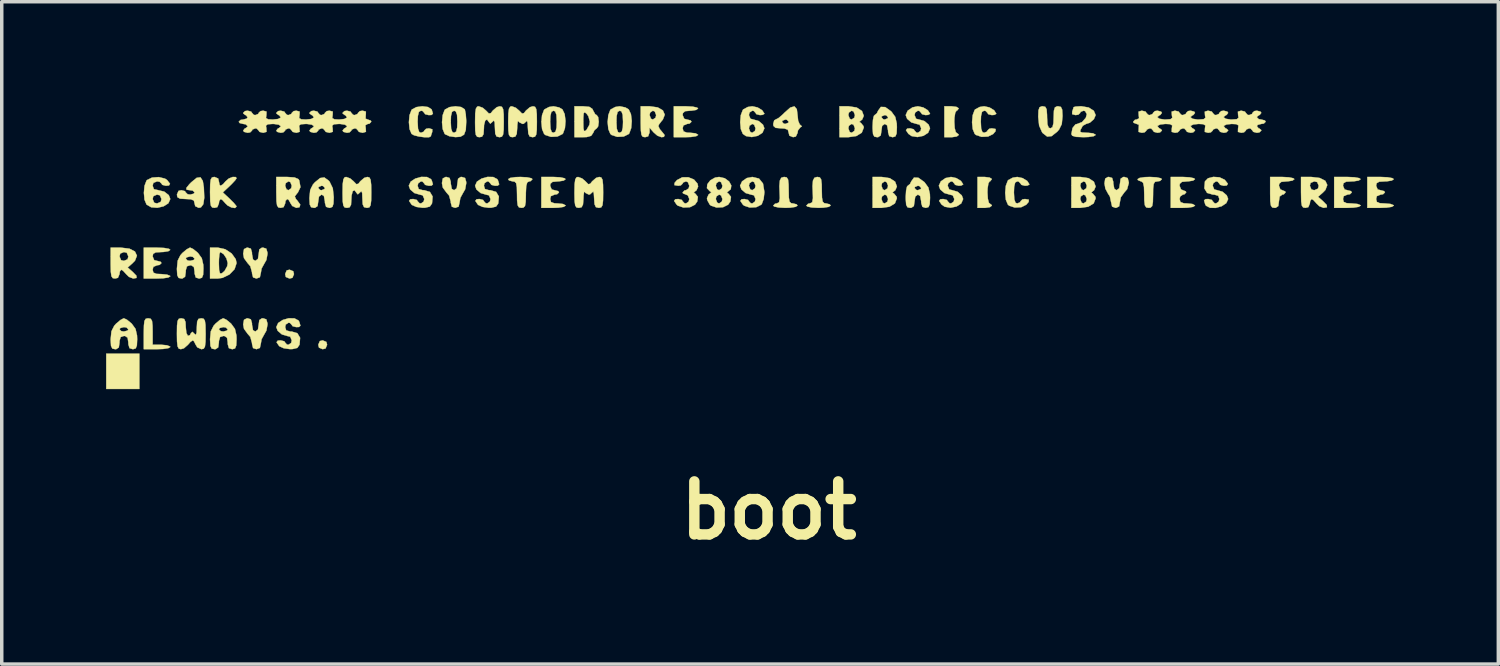
<source format=kicad_pcb>
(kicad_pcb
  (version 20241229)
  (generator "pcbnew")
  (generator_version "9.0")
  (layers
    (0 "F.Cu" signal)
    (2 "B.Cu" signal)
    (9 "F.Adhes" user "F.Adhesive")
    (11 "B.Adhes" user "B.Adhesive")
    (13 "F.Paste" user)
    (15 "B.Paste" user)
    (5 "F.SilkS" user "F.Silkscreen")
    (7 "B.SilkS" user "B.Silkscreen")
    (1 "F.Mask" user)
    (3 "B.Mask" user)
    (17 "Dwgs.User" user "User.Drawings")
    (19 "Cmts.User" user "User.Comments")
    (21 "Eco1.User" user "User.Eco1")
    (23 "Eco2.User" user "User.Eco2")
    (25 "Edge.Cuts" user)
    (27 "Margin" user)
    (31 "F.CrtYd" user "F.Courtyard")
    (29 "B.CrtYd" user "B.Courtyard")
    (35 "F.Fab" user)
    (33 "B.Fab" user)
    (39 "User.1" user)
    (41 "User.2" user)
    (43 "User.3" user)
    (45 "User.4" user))
  (footprint "boot"
    (layer "F.Cu")
    (at 19.055 11.626)
    (property "Reference" "boot" (at 0 0 0) (layer "F.SilkS") (effects (font (size 1.524 1.524) (thickness 0.3))))
    (attr through_hole)
    (fp_poly (pts (xy -18.098 -3.493) (xy -19.05 -3.493) (xy -19.05 -4.508) (xy -18.098 -4.508) (xy -18.098 -3.493)) (stroke (width 0.01) (type solid)) (fill yes) (layer "F.SilkS"))
    (fp_poly (pts (xy -13.673 -6.877) (xy -13.652 -6.795) (xy -13.697 -6.688) (xy -13.78 -6.668) (xy -13.886 -6.712) (xy -13.906 -6.795) (xy -13.862 -6.901) (xy -13.78 -6.921) (xy -13.673 -6.877)) (stroke (width 0.01) (type solid)) (fill yes) (layer "F.SilkS"))
    (fp_poly (pts (xy -12.721 -4.845) (xy -12.7 -4.763) (xy -12.745 -4.656) (xy -12.827 -4.636) (xy -12.933 -4.68) (xy -12.954 -4.763) (xy -12.909 -4.869) (xy -12.827 -4.889) (xy -12.721 -4.845)) (stroke (width 0.01) (type solid)) (fill yes) (layer "F.SilkS"))
    (fp_poly (pts (xy -17.773 -5.511) (xy -17.734 -5.45) (xy -17.719 -5.312) (xy -17.716 -5.144) (xy -17.716 -4.763) (xy -17.462 -4.763) (xy -17.303 -4.748) (xy -17.215 -4.713) (xy -17.209 -4.699) (xy -17.266 -4.665) (xy -17.417 -4.642) (xy -17.59 -4.636) (xy -17.971 -4.636) (xy -17.971 -5.08) (xy -17.967 -5.314) (xy -17.952 -5.447) (xy -17.916 -5.509) (xy -17.854 -5.524) (xy -17.843 -5.524) (xy -17.773 -5.511)) (stroke (width 0.01) (type solid)) (fill yes) (layer "F.SilkS"))
    (fp_poly (pts (xy 5.395 -11.603) (xy 5.46 -11.562) (xy 5.461 -11.557) (xy 5.413 -11.495) (xy 5.397 -11.493) (xy 5.361 -11.436) (xy 5.338 -11.29) (xy 5.334 -11.176) (xy 5.345 -10.995) (xy 5.375 -10.88) (xy 5.397 -10.858) (xy 5.459 -10.81) (xy 5.461 -10.795) (xy 5.405 -10.752) (xy 5.27 -10.732) (xy 5.255 -10.732) (xy 5.048 -10.732) (xy 5.048 -11.62) (xy 5.255 -11.62) (xy 5.395 -11.603)) (stroke (width 0.01) (type solid)) (fill yes) (layer "F.SilkS"))
    (fp_poly (pts (xy 6.348 -9.571) (xy 6.413 -9.53) (xy 6.413 -9.525) (xy 6.365 -9.463) (xy 6.35 -9.461) (xy 6.314 -9.404) (xy 6.291 -9.258) (xy 6.287 -9.144) (xy 6.298 -8.963) (xy 6.327 -8.848) (xy 6.35 -8.826) (xy 6.412 -8.778) (xy 6.413 -8.763) (xy 6.358 -8.72) (xy 6.223 -8.7) (xy 6.207 -8.7) (xy 6.001 -8.7) (xy 6.001 -9.588) (xy 6.207 -9.588) (xy 6.348 -9.571)) (stroke (width 0.01) (type solid)) (fill yes) (layer "F.SilkS"))
    (fp_poly (pts (xy -6.952 -9.578) (xy -6.826 -9.551) (xy -6.795 -9.525) (xy -6.846 -9.469) (xy -6.89 -9.461) (xy -6.945 -9.432) (xy -6.975 -9.329) (xy -6.985 -9.126) (xy -6.985 -9.081) (xy -6.99 -8.868) (xy -7.01 -8.753) (xy -7.056 -8.707) (xy -7.112 -8.7) (xy -7.183 -8.713) (xy -7.221 -8.774) (xy -7.237 -8.912) (xy -7.239 -9.081) (xy -7.244 -9.293) (xy -7.264 -9.408) (xy -7.31 -9.454) (xy -7.366 -9.461) (xy -7.469 -9.488) (xy -7.493 -9.525) (xy -7.436 -9.56) (xy -7.287 -9.583) (xy -7.144 -9.588) (xy -6.952 -9.578)) (stroke (width 0.01) (type solid)) (fill yes) (layer "F.SilkS"))
    (fp_poly (pts (xy 0.515 -9.575) (xy 0.554 -9.514) (xy 0.569 -9.376) (xy 0.572 -9.207) (xy 0.576 -8.995) (xy 0.596 -8.88) (xy 0.642 -8.834) (xy 0.699 -8.826) (xy 0.802 -8.8) (xy 0.826 -8.763) (xy 0.768 -8.728) (xy 0.62 -8.705) (xy 0.476 -8.7) (xy 0.285 -8.71) (xy 0.158 -8.737) (xy 0.127 -8.763) (xy 0.179 -8.818) (xy 0.228 -8.826) (xy 0.295 -8.859) (xy 0.317 -8.976) (xy 0.314 -9.065) (xy 0.304 -9.326) (xy 0.318 -9.485) (xy 0.359 -9.565) (xy 0.436 -9.588) (xy 0.445 -9.588) (xy 0.515 -9.575)) (stroke (width 0.01) (type solid)) (fill yes) (layer "F.SilkS"))
    (fp_poly (pts (xy 1.468 -9.575) (xy 1.506 -9.514) (xy 1.522 -9.376) (xy 1.524 -9.207) (xy 1.529 -8.995) (xy 1.549 -8.88) (xy 1.595 -8.834) (xy 1.651 -8.826) (xy 1.754 -8.8) (xy 1.778 -8.763) (xy 1.721 -8.728) (xy 1.572 -8.705) (xy 1.429 -8.7) (xy 1.237 -8.71) (xy 1.111 -8.737) (xy 1.079 -8.763) (xy 1.131 -8.818) (xy 1.18 -8.826) (xy 1.248 -8.859) (xy 1.269 -8.976) (xy 1.267 -9.065) (xy 1.257 -9.326) (xy 1.27 -9.485) (xy 1.312 -9.565) (xy 1.388 -9.588) (xy 1.397 -9.588) (xy 1.468 -9.575)) (stroke (width 0.01) (type solid)) (fill yes) (layer "F.SilkS"))
    (fp_poly (pts (xy 11.145 -9.578) (xy 11.272 -9.551) (xy 11.303 -9.525) (xy 11.25 -9.473) (xy 11.176 -9.461) (xy 11.105 -9.448) (xy 11.067 -9.387) (xy 11.051 -9.249) (xy 11.049 -9.081) (xy 11.044 -8.868) (xy 11.024 -8.753) (xy 10.978 -8.707) (xy 10.922 -8.7) (xy 10.851 -8.713) (xy 10.813 -8.774) (xy 10.797 -8.912) (xy 10.795 -9.081) (xy 10.788 -9.302) (xy 10.762 -9.421) (xy 10.711 -9.461) (xy 10.7 -9.461) (xy 10.615 -9.496) (xy 10.604 -9.525) (xy 10.662 -9.56) (xy 10.81 -9.583) (xy 10.954 -9.588) (xy 11.145 -9.578)) (stroke (width 0.01) (type solid)) (fill yes) (layer "F.SilkS"))
    (fp_poly (pts (xy -15.628 -7.509) (xy -15.445 -7.388) (xy -15.327 -7.223) (xy -15.303 -7.112) (xy -15.361 -6.936) (xy -15.507 -6.784) (xy -15.706 -6.687) (xy -15.84 -6.668) (xy -16.066 -6.668) (xy -16.066 -7.112) (xy -15.812 -7.112) (xy -15.805 -6.907) (xy -15.78 -6.814) (xy -15.725 -6.818) (xy -15.648 -6.885) (xy -15.572 -7.022) (xy -15.557 -7.112) (xy -15.594 -7.247) (xy -15.677 -7.371) (xy -15.77 -7.429) (xy -15.775 -7.429) (xy -15.796 -7.372) (xy -15.809 -7.226) (xy -15.812 -7.112) (xy -16.066 -7.112) (xy -16.066 -7.556) (xy -15.84 -7.556) (xy -15.628 -7.509)) (stroke (width 0.01) (type solid)) (fill yes) (layer "F.SilkS"))
    (fp_poly (pts (xy 14.955 -9.578) (xy 15.082 -9.551) (xy 15.113 -9.525) (xy 15.057 -9.483) (xy 14.92 -9.462) (xy 14.891 -9.461) (xy 14.738 -9.447) (xy 14.676 -9.392) (xy 14.668 -9.335) (xy 14.708 -9.231) (xy 14.764 -9.207) (xy 14.848 -9.173) (xy 14.859 -9.144) (xy 14.808 -9.088) (xy 14.764 -9.081) (xy 14.688 -9.024) (xy 14.668 -8.89) (xy 14.649 -8.751) (xy 14.574 -8.701) (xy 14.541 -8.7) (xy 14.475 -8.711) (xy 14.437 -8.766) (xy 14.419 -8.889) (xy 14.415 -9.109) (xy 14.415 -9.144) (xy 14.415 -9.588) (xy 14.764 -9.588) (xy 14.955 -9.578)) (stroke (width 0.01) (type solid)) (fill yes) (layer "F.SilkS"))
    (fp_poly (pts (xy -17.387 -7.547) (xy -17.249 -7.522) (xy -17.209 -7.493) (xy -17.265 -7.453) (xy -17.406 -7.431) (xy -17.462 -7.429) (xy -17.629 -7.419) (xy -17.702 -7.376) (xy -17.716 -7.303) (xy -17.672 -7.196) (xy -17.59 -7.176) (xy -17.486 -7.149) (xy -17.462 -7.112) (xy -17.516 -7.06) (xy -17.59 -7.048) (xy -17.696 -7.004) (xy -17.716 -6.921) (xy -17.695 -6.838) (xy -17.609 -6.802) (xy -17.462 -6.795) (xy -17.303 -6.78) (xy -17.215 -6.745) (xy -17.209 -6.731) (xy -17.266 -6.697) (xy -17.417 -6.674) (xy -17.59 -6.668) (xy -17.971 -6.668) (xy -17.971 -7.556) (xy -17.59 -7.556) (xy -17.387 -7.547)) (stroke (width 0.01) (type solid)) (fill yes) (layer "F.SilkS"))
    (fp_poly (pts (xy -6 -9.578) (xy -5.873 -9.551) (xy -5.842 -9.525) (xy -5.898 -9.483) (xy -6.035 -9.462) (xy -6.064 -9.461) (xy -6.217 -9.447) (xy -6.279 -9.392) (xy -6.287 -9.335) (xy -6.242 -9.228) (xy -6.16 -9.207) (xy -6.056 -9.181) (xy -6.032 -9.144) (xy -6.086 -9.092) (xy -6.16 -9.081) (xy -6.266 -9.036) (xy -6.287 -8.954) (xy -6.262 -8.866) (xy -6.165 -8.831) (xy -6.064 -8.826) (xy -5.917 -8.811) (xy -5.844 -8.771) (xy -5.842 -8.763) (xy -5.899 -8.728) (xy -6.048 -8.705) (xy -6.191 -8.7) (xy -6.54 -8.7) (xy -6.54 -9.588) (xy -6.191 -9.588) (xy -6 -9.578)) (stroke (width 0.01) (type solid)) (fill yes) (layer "F.SilkS"))
    (fp_poly (pts (xy -2.19 -11.61) (xy -2.063 -11.583) (xy -2.032 -11.557) (xy -2.088 -11.515) (xy -2.225 -11.494) (xy -2.254 -11.493) (xy -2.407 -11.479) (xy -2.469 -11.424) (xy -2.477 -11.367) (xy -2.432 -11.26) (xy -2.349 -11.239) (xy -2.246 -11.213) (xy -2.223 -11.176) (xy -2.276 -11.124) (xy -2.349 -11.113) (xy -2.456 -11.068) (xy -2.477 -10.986) (xy -2.452 -10.898) (xy -2.355 -10.863) (xy -2.254 -10.858) (xy -2.107 -10.843) (xy -2.034 -10.803) (xy -2.032 -10.795) (xy -2.089 -10.76) (xy -2.238 -10.737) (xy -2.381 -10.732) (xy -2.731 -10.732) (xy -2.731 -11.62) (xy -2.381 -11.62) (xy -2.19 -11.61)) (stroke (width 0.01) (type solid)) (fill yes) (layer "F.SilkS"))
    (fp_poly (pts (xy 12.098 -9.578) (xy 12.224 -9.551) (xy 12.255 -9.525) (xy 12.2 -9.483) (xy 12.062 -9.462) (xy 12.033 -9.461) (xy 11.88 -9.447) (xy 11.818 -9.392) (xy 11.811 -9.335) (xy 11.851 -9.231) (xy 11.906 -9.207) (xy 11.991 -9.173) (xy 12.002 -9.144) (xy 11.95 -9.088) (xy 11.906 -9.081) (xy 11.829 -9.028) (xy 11.811 -8.954) (xy 11.836 -8.866) (xy 11.933 -8.831) (xy 12.033 -8.826) (xy 12.18 -8.811) (xy 12.254 -8.771) (xy 12.255 -8.763) (xy 12.198 -8.728) (xy 12.05 -8.705) (xy 11.906 -8.7) (xy 11.557 -8.7) (xy 11.557 -9.588) (xy 11.906 -9.588) (xy 12.098 -9.578)) (stroke (width 0.01) (type solid)) (fill yes) (layer "F.SilkS"))
    (fp_poly (pts (xy 16.84 -9.579) (xy 16.978 -9.554) (xy 17.018 -9.525) (xy 16.962 -9.485) (xy 16.821 -9.463) (xy 16.764 -9.461) (xy 16.598 -9.451) (xy 16.524 -9.408) (xy 16.51 -9.335) (xy 16.555 -9.228) (xy 16.637 -9.207) (xy 16.74 -9.181) (xy 16.764 -9.144) (xy 16.711 -9.092) (xy 16.637 -9.081) (xy 16.531 -9.036) (xy 16.51 -8.954) (xy 16.531 -8.87) (xy 16.617 -8.834) (xy 16.764 -8.826) (xy 16.923 -8.812) (xy 17.012 -8.777) (xy 17.018 -8.763) (xy 16.96 -8.729) (xy 16.809 -8.706) (xy 16.637 -8.7) (xy 16.256 -8.7) (xy 16.256 -9.588) (xy 16.637 -9.588) (xy 16.84 -9.579)) (stroke (width 0.01) (type solid)) (fill yes) (layer "F.SilkS"))
    (fp_poly (pts (xy 17.792 -9.579) (xy 17.93 -9.554) (xy 17.971 -9.525) (xy 17.914 -9.485) (xy 17.773 -9.463) (xy 17.716 -9.461) (xy 17.55 -9.451) (xy 17.477 -9.408) (xy 17.462 -9.335) (xy 17.507 -9.228) (xy 17.59 -9.207) (xy 17.693 -9.181) (xy 17.716 -9.144) (xy 17.663 -9.092) (xy 17.59 -9.081) (xy 17.483 -9.036) (xy 17.462 -8.954) (xy 17.484 -8.87) (xy 17.57 -8.834) (xy 17.716 -8.826) (xy 17.876 -8.812) (xy 17.964 -8.777) (xy 17.971 -8.763) (xy 17.913 -8.729) (xy 17.762 -8.706) (xy 17.59 -8.7) (xy 17.209 -8.7) (xy 17.209 -9.588) (xy 17.59 -9.588) (xy 17.792 -9.579)) (stroke (width 0.01) (type solid)) (fill yes) (layer "F.SilkS"))
    (fp_poly (pts (xy -16.274 -9.475) (xy -16.244 -9.287) (xy -16.232 -8.991) (xy -16.259 -8.805) (xy -16.327 -8.714) (xy -16.39 -8.7) (xy -16.491 -8.748) (xy -16.51 -8.826) (xy -16.531 -8.91) (xy -16.617 -8.946) (xy -16.764 -8.954) (xy -16.93 -8.964) (xy -17.004 -9.007) (xy -17.018 -9.081) (xy -16.973 -9.187) (xy -16.891 -9.207) (xy -16.788 -9.181) (xy -16.764 -9.144) (xy -16.711 -9.092) (xy -16.637 -9.081) (xy -16.534 -9.107) (xy -16.51 -9.144) (xy -16.563 -9.196) (xy -16.637 -9.207) (xy -16.739 -9.22) (xy -16.748 -9.27) (xy -16.663 -9.377) (xy -16.608 -9.433) (xy -16.45 -9.563) (xy -16.341 -9.578) (xy -16.274 -9.475)) (stroke (width 0.01) (type solid)) (fill yes) (layer "F.SilkS"))
    (fp_poly (pts (xy -14.448 -7.526) (xy -14.415 -7.412) (xy -14.415 -7.371) (xy -14.446 -7.201) (xy -14.51 -7.089) (xy -14.584 -6.954) (xy -14.605 -6.831) (xy -14.633 -6.704) (xy -14.731 -6.668) (xy -14.732 -6.668) (xy -14.828 -6.7) (xy -14.859 -6.819) (xy -14.859 -6.844) (xy -14.907 -7.021) (xy -14.986 -7.112) (xy -15.089 -7.253) (xy -15.113 -7.38) (xy -15.089 -7.513) (xy -15.004 -7.556) (xy -14.986 -7.556) (xy -14.893 -7.527) (xy -14.86 -7.415) (xy -14.859 -7.366) (xy -14.831 -7.215) (xy -14.764 -7.176) (xy -14.688 -7.232) (xy -14.668 -7.366) (xy -14.649 -7.505) (xy -14.574 -7.555) (xy -14.541 -7.556) (xy -14.448 -7.526)) (stroke (width 0.01) (type solid)) (fill yes) (layer "F.SilkS"))
    (fp_poly (pts (xy -14.448 -5.494) (xy -14.415 -5.38) (xy -14.415 -5.339) (xy -14.446 -5.169) (xy -14.51 -5.057) (xy -14.584 -4.922) (xy -14.605 -4.799) (xy -14.633 -4.672) (xy -14.731 -4.636) (xy -14.732 -4.636) (xy -14.828 -4.668) (xy -14.859 -4.787) (xy -14.859 -4.812) (xy -14.907 -4.989) (xy -14.986 -5.08) (xy -15.089 -5.221) (xy -15.113 -5.348) (xy -15.089 -5.481) (xy -15.004 -5.524) (xy -14.986 -5.524) (xy -14.893 -5.495) (xy -14.86 -5.383) (xy -14.859 -5.334) (xy -14.831 -5.183) (xy -14.764 -5.144) (xy -14.688 -5.2) (xy -14.668 -5.334) (xy -14.649 -5.473) (xy -14.574 -5.523) (xy -14.541 -5.524) (xy -14.448 -5.494)) (stroke (width 0.01) (type solid)) (fill yes) (layer "F.SilkS"))
    (fp_poly (pts (xy -8.733 -9.558) (xy -8.7 -9.444) (xy -8.7 -9.403) (xy -8.731 -9.233) (xy -8.795 -9.121) (xy -8.869 -8.986) (xy -8.89 -8.863) (xy -8.918 -8.736) (xy -9.016 -8.7) (xy -9.017 -8.7) (xy -9.113 -8.732) (xy -9.144 -8.851) (xy -9.144 -8.876) (xy -9.192 -9.053) (xy -9.271 -9.144) (xy -9.374 -9.285) (xy -9.398 -9.412) (xy -9.374 -9.545) (xy -9.289 -9.588) (xy -9.271 -9.588) (xy -9.178 -9.559) (xy -9.145 -9.447) (xy -9.144 -9.398) (xy -9.116 -9.247) (xy -9.049 -9.207) (xy -8.973 -9.264) (xy -8.954 -9.398) (xy -8.934 -9.537) (xy -8.859 -9.587) (xy -8.826 -9.588) (xy -8.733 -9.558)) (stroke (width 0.01) (type solid)) (fill yes) (layer "F.SilkS"))
    (fp_poly (pts (xy 10.319 -9.556) (xy 10.35 -9.437) (xy 10.351 -9.412) (xy 10.302 -9.235) (xy 10.223 -9.144) (xy 10.121 -9.003) (xy 10.097 -8.876) (xy 10.073 -8.743) (xy 9.987 -8.7) (xy 9.97 -8.7) (xy 9.871 -8.736) (xy 9.843 -8.862) (xy 9.842 -8.863) (xy 9.807 -9.026) (xy 9.747 -9.121) (xy 9.677 -9.253) (xy 9.652 -9.403) (xy 9.673 -9.54) (xy 9.751 -9.587) (xy 9.779 -9.588) (xy 9.872 -9.559) (xy 9.905 -9.447) (xy 9.906 -9.398) (xy 9.934 -9.247) (xy 10.001 -9.207) (xy 10.077 -9.264) (xy 10.097 -9.398) (xy 10.116 -9.537) (xy 10.191 -9.587) (xy 10.223 -9.588) (xy 10.319 -9.556)) (stroke (width 0.01) (type solid)) (fill yes) (layer "F.SilkS"))
    (fp_poly (pts (xy 8.398 -11.602) (xy 8.435 -11.525) (xy 8.445 -11.357) (xy 8.445 -11.332) (xy 8.424 -11.108) (xy 8.345 -10.949) (xy 8.29 -10.887) (xy 8.132 -10.762) (xy 8.004 -10.749) (xy 7.879 -10.847) (xy 7.858 -10.872) (xy 7.773 -11.065) (xy 7.747 -11.316) (xy 7.754 -11.502) (xy 7.785 -11.592) (xy 7.852 -11.62) (xy 7.874 -11.62) (xy 7.95 -11.604) (xy 7.988 -11.533) (xy 8 -11.376) (xy 8.001 -11.303) (xy 8.011 -11.103) (xy 8.047 -11.006) (xy 8.096 -10.986) (xy 8.156 -11.019) (xy 8.185 -11.137) (xy 8.191 -11.303) (xy 8.198 -11.493) (xy 8.227 -11.588) (xy 8.289 -11.619) (xy 8.319 -11.62) (xy 8.398 -11.602)) (stroke (width 0.01) (type solid)) (fill yes) (layer "F.SilkS"))
    (fp_poly (pts (xy -6.029 -11.587) (xy -5.933 -11.53) (xy -5.869 -11.395) (xy -5.845 -11.198) (xy -5.861 -10.994) (xy -5.916 -10.842) (xy -5.933 -10.822) (xy -6.078 -10.75) (xy -6.263 -10.741) (xy -6.424 -10.794) (xy -6.461 -10.826) (xy -6.519 -10.964) (xy -6.538 -11.162) (xy -6.537 -11.176) (xy -6.287 -11.176) (xy -6.276 -10.976) (xy -6.241 -10.879) (xy -6.191 -10.858) (xy -6.131 -10.892) (xy -6.102 -11.01) (xy -6.096 -11.176) (xy -6.106 -11.376) (xy -6.142 -11.473) (xy -6.191 -11.493) (xy -6.251 -11.46) (xy -6.28 -11.342) (xy -6.287 -11.176) (xy -6.537 -11.176) (xy -6.52 -11.364) (xy -6.464 -11.512) (xy -6.45 -11.53) (xy -6.319 -11.6) (xy -6.191 -11.62) (xy -6.029 -11.587)) (stroke (width 0.01) (type solid)) (fill yes) (layer "F.SilkS"))
    (fp_poly (pts (xy -4.124 -11.587) (xy -4.028 -11.53) (xy -3.964 -11.395) (xy -3.94 -11.198) (xy -3.956 -10.994) (xy -4.011 -10.842) (xy -4.028 -10.822) (xy -4.173 -10.75) (xy -4.358 -10.741) (xy -4.519 -10.794) (xy -4.556 -10.826) (xy -4.614 -10.964) (xy -4.633 -11.162) (xy -4.632 -11.176) (xy -4.381 -11.176) (xy -4.371 -10.976) (xy -4.336 -10.879) (xy -4.286 -10.858) (xy -4.226 -10.892) (xy -4.197 -11.01) (xy -4.191 -11.176) (xy -4.201 -11.376) (xy -4.237 -11.473) (xy -4.286 -11.493) (xy -4.346 -11.46) (xy -4.375 -11.342) (xy -4.381 -11.176) (xy -4.632 -11.176) (xy -4.615 -11.364) (xy -4.559 -11.512) (xy -4.545 -11.53) (xy -4.414 -11.6) (xy -4.286 -11.62) (xy -4.124 -11.587)) (stroke (width 0.01) (type solid)) (fill yes) (layer "F.SilkS"))
    (fp_poly (pts (xy -5.161 -11.604) (xy -5.072 -11.545) (xy -5.048 -11.493) (xy -4.991 -11.391) (xy -4.949 -11.367) (xy -4.907 -11.311) (xy -4.89 -11.178) (xy -4.889 -11.176) (xy -4.907 -11.042) (xy -4.948 -10.986) (xy -4.949 -10.986) (xy -5.013 -10.933) (xy -5.048 -10.858) (xy -5.108 -10.771) (xy -5.237 -10.735) (xy -5.338 -10.732) (xy -5.588 -10.732) (xy -5.588 -11.176) (xy -5.334 -11.176) (xy -5.33 -10.99) (xy -5.312 -10.909) (xy -5.272 -10.914) (xy -5.239 -10.945) (xy -5.159 -11.086) (xy -5.144 -11.176) (xy -5.187 -11.333) (xy -5.239 -11.407) (xy -5.294 -11.449) (xy -5.323 -11.417) (xy -5.333 -11.29) (xy -5.334 -11.176) (xy -5.588 -11.176) (xy -5.588 -11.62) (xy -5.338 -11.62) (xy -5.161 -11.604)) (stroke (width 0.01) (type solid)) (fill yes) (layer "F.SilkS"))
    (fp_poly (pts (xy 6.345 -11.587) (xy 6.478 -11.506) (xy 6.54 -11.41) (xy 6.54 -11.403) (xy 6.487 -11.373) (xy 6.413 -11.367) (xy 6.31 -11.393) (xy 6.287 -11.43) (xy 6.235 -11.486) (xy 6.191 -11.493) (xy 6.131 -11.46) (xy 6.102 -11.342) (xy 6.096 -11.176) (xy 6.106 -10.976) (xy 6.142 -10.879) (xy 6.191 -10.858) (xy 6.276 -10.893) (xy 6.287 -10.922) (xy 6.34 -10.974) (xy 6.413 -10.986) (xy 6.523 -10.967) (xy 6.519 -10.903) (xy 6.45 -10.822) (xy 6.304 -10.75) (xy 6.119 -10.741) (xy 5.959 -10.794) (xy 5.921 -10.826) (xy 5.864 -10.964) (xy 5.844 -11.162) (xy 5.863 -11.364) (xy 5.918 -11.512) (xy 5.933 -11.53) (xy 6.064 -11.6) (xy 6.191 -11.62) (xy 6.345 -11.587)) (stroke (width 0.01) (type solid)) (fill yes) (layer "F.SilkS"))
    (fp_poly (pts (xy 7.297 -9.555) (xy 7.43 -9.474) (xy 7.493 -9.378) (xy 7.493 -9.371) (xy 7.44 -9.341) (xy 7.366 -9.335) (xy 7.263 -9.361) (xy 7.239 -9.398) (xy 7.188 -9.454) (xy 7.144 -9.461) (xy 7.084 -9.428) (xy 7.055 -9.31) (xy 7.048 -9.144) (xy 7.059 -8.944) (xy 7.094 -8.847) (xy 7.144 -8.826) (xy 7.228 -8.861) (xy 7.239 -8.89) (xy 7.292 -8.942) (xy 7.366 -8.954) (xy 7.475 -8.935) (xy 7.472 -8.871) (xy 7.402 -8.79) (xy 7.257 -8.718) (xy 7.072 -8.709) (xy 6.911 -8.762) (xy 6.874 -8.794) (xy 6.816 -8.932) (xy 6.797 -9.13) (xy 6.815 -9.332) (xy 6.871 -9.48) (xy 6.885 -9.498) (xy 7.016 -9.568) (xy 7.144 -9.588) (xy 7.297 -9.555)) (stroke (width 0.01) (type solid)) (fill yes) (layer "F.SilkS"))
    (fp_poly (pts (xy -8.846 -11.599) (xy -8.745 -11.534) (xy -8.738 -11.52) (xy -8.713 -11.392) (xy -8.7 -11.208) (xy -8.7 -11.176) (xy -8.712 -10.94) (xy -8.762 -10.805) (xy -8.865 -10.745) (xy -9.008 -10.734) (xy -9.184 -10.759) (xy -9.309 -10.817) (xy -9.319 -10.826) (xy -9.376 -10.964) (xy -9.396 -11.162) (xy -9.394 -11.176) (xy -9.144 -11.176) (xy -9.134 -10.976) (xy -9.098 -10.879) (xy -9.049 -10.858) (xy -8.989 -10.892) (xy -8.96 -11.01) (xy -8.954 -11.176) (xy -8.964 -11.376) (xy -8.999 -11.473) (xy -9.049 -11.493) (xy -9.109 -11.46) (xy -9.138 -11.342) (xy -9.144 -11.176) (xy -9.394 -11.176) (xy -9.377 -11.364) (xy -9.322 -11.512) (xy -9.307 -11.53) (xy -9.179 -11.597) (xy -9.008 -11.62) (xy -8.846 -11.599)) (stroke (width 0.01) (type solid)) (fill yes) (layer "F.SilkS"))
    (fp_poly (pts (xy -18.383 -7.526) (xy -18.225 -7.445) (xy -18.168 -7.325) (xy -18.223 -7.182) (xy -18.298 -7.104) (xy -18.434 -6.985) (xy -18.298 -6.866) (xy -18.183 -6.749) (xy -18.179 -6.685) (xy -18.274 -6.668) (xy -18.397 -6.715) (xy -18.479 -6.795) (xy -18.567 -6.892) (xy -18.62 -6.921) (xy -18.66 -6.868) (xy -18.669 -6.795) (xy -18.714 -6.688) (xy -18.796 -6.668) (xy -18.863 -6.679) (xy -18.901 -6.734) (xy -18.918 -6.857) (xy -18.923 -7.077) (xy -18.923 -7.112) (xy -18.923 -7.303) (xy -18.669 -7.303) (xy -18.624 -7.196) (xy -18.542 -7.176) (xy -18.436 -7.22) (xy -18.415 -7.303) (xy -18.46 -7.409) (xy -18.542 -7.429) (xy -18.648 -7.385) (xy -18.669 -7.303) (xy -18.923 -7.303) (xy -18.923 -7.556) (xy -18.633 -7.556) (xy -18.383 -7.526)) (stroke (width 0.01) (type solid)) (fill yes) (layer "F.SilkS"))
    (fp_poly (pts (xy -9.799 -11.599) (xy -9.698 -11.534) (xy -9.691 -11.52) (xy -9.657 -11.407) (xy -9.698 -11.37) (xy -9.779 -11.367) (xy -9.882 -11.393) (xy -9.906 -11.43) (xy -9.957 -11.486) (xy -10.001 -11.493) (xy -10.061 -11.46) (xy -10.09 -11.342) (xy -10.097 -11.176) (xy -10.086 -10.976) (xy -10.051 -10.879) (xy -10.001 -10.858) (xy -9.917 -10.893) (xy -9.906 -10.922) (xy -9.853 -10.973) (xy -9.772 -10.986) (xy -9.675 -10.959) (xy -9.677 -10.885) (xy -9.711 -10.784) (xy -9.716 -10.758) (xy -9.769 -10.73) (xy -9.899 -10.73) (xy -10.057 -10.75) (xy -10.199 -10.786) (xy -10.271 -10.826) (xy -10.329 -10.964) (xy -10.348 -11.162) (xy -10.33 -11.364) (xy -10.274 -11.512) (xy -10.26 -11.53) (xy -10.131 -11.597) (xy -9.961 -11.62) (xy -9.799 -11.599)) (stroke (width 0.01) (type solid)) (fill yes) (layer "F.SilkS"))
    (fp_poly (pts (xy -3.194 -11.588) (xy -3.045 -11.502) (xy -2.991 -11.378) (xy -3.047 -11.236) (xy -3.08 -11.199) (xy -3.157 -11.098) (xy -3.175 -11.049) (xy -3.135 -10.964) (xy -3.08 -10.899) (xy -2.994 -10.791) (xy -3.017 -10.74) (xy -3.088 -10.732) (xy -3.204 -10.776) (xy -3.31 -10.868) (xy -3.429 -11.005) (xy -3.429 -10.868) (xy -3.469 -10.756) (xy -3.556 -10.732) (xy -3.623 -10.743) (xy -3.661 -10.798) (xy -3.678 -10.921) (xy -3.683 -11.141) (xy -3.683 -11.176) (xy -3.683 -11.367) (xy -3.429 -11.367) (xy -3.389 -11.263) (xy -3.334 -11.239) (xy -3.256 -11.292) (xy -3.239 -11.367) (xy -3.278 -11.47) (xy -3.334 -11.493) (xy -3.411 -11.441) (xy -3.429 -11.367) (xy -3.683 -11.367) (xy -3.683 -11.62) (xy -3.424 -11.62) (xy -3.194 -11.588)) (stroke (width 0.01) (type solid)) (fill yes) (layer "F.SilkS"))
    (fp_poly (pts (xy 15.843 -9.558) (xy 16.002 -9.477) (xy 16.058 -9.357) (xy 16.004 -9.214) (xy 15.929 -9.136) (xy 15.792 -9.017) (xy 15.929 -8.898) (xy 16.043 -8.781) (xy 16.048 -8.717) (xy 15.953 -8.7) (xy 15.83 -8.747) (xy 15.748 -8.826) (xy 15.66 -8.924) (xy 15.607 -8.954) (xy 15.567 -8.9) (xy 15.557 -8.826) (xy 15.513 -8.72) (xy 15.431 -8.7) (xy 15.364 -8.711) (xy 15.326 -8.766) (xy 15.308 -8.889) (xy 15.304 -9.109) (xy 15.303 -9.144) (xy 15.303 -9.335) (xy 15.557 -9.335) (xy 15.602 -9.228) (xy 15.684 -9.207) (xy 15.791 -9.252) (xy 15.812 -9.335) (xy 15.767 -9.441) (xy 15.684 -9.461) (xy 15.578 -9.417) (xy 15.557 -9.335) (xy 15.303 -9.335) (xy 15.303 -9.588) (xy 15.594 -9.588) (xy 15.843 -9.558)) (stroke (width 0.01) (type solid)) (fill yes) (layer "F.SilkS"))
    (fp_poly (pts (xy 0.806 -11.537) (xy 0.826 -11.372) (xy 0.844 -11.204) (xy 0.89 -11.097) (xy 0.905 -11.086) (xy 0.952 -11.044) (xy 0.905 -11.012) (xy 0.838 -10.925) (xy 0.826 -10.853) (xy 0.778 -10.751) (xy 0.699 -10.732) (xy 0.592 -10.776) (xy 0.572 -10.858) (xy 0.547 -10.946) (xy 0.45 -10.981) (xy 0.349 -10.986) (xy 0.196 -11) (xy 0.134 -11.055) (xy 0.127 -11.113) (xy 0.145 -11.176) (xy 0.381 -11.176) (xy 0.432 -11.12) (xy 0.476 -11.113) (xy 0.561 -11.147) (xy 0.572 -11.176) (xy 0.52 -11.232) (xy 0.476 -11.239) (xy 0.392 -11.205) (xy 0.381 -11.176) (xy 0.145 -11.176) (xy 0.156 -11.216) (xy 0.197 -11.239) (xy 0.281 -11.282) (xy 0.405 -11.389) (xy 0.445 -11.43) (xy 0.616 -11.582) (xy 0.736 -11.618) (xy 0.806 -11.537)) (stroke (width 0.01) (type solid)) (fill yes) (layer "F.SilkS"))
    (fp_poly (pts (xy 2.526 -11.585) (xy 2.679 -11.485) (xy 2.731 -11.345) (xy 2.684 -11.237) (xy 2.651 -11.213) (xy 2.604 -11.171) (xy 2.651 -11.139) (xy 2.723 -11.05) (xy 2.731 -11.007) (xy 2.673 -10.86) (xy 2.515 -10.764) (xy 2.291 -10.732) (xy 2.032 -10.732) (xy 2.032 -10.986) (xy 2.286 -10.986) (xy 2.326 -10.882) (xy 2.381 -10.858) (xy 2.459 -10.911) (xy 2.477 -10.986) (xy 2.437 -11.089) (xy 2.381 -11.113) (xy 2.304 -11.06) (xy 2.286 -10.986) (xy 2.032 -10.986) (xy 2.032 -11.367) (xy 2.286 -11.367) (xy 2.326 -11.263) (xy 2.381 -11.239) (xy 2.459 -11.292) (xy 2.477 -11.367) (xy 2.437 -11.47) (xy 2.381 -11.493) (xy 2.304 -11.441) (xy 2.286 -11.367) (xy 2.032 -11.367) (xy 2.032 -11.62) (xy 2.291 -11.62) (xy 2.526 -11.585)) (stroke (width 0.01) (type solid)) (fill yes) (layer "F.SilkS"))
    (fp_poly (pts (xy 3.479 -9.553) (xy 3.632 -9.453) (xy 3.683 -9.313) (xy 3.637 -9.205) (xy 3.604 -9.181) (xy 3.557 -9.139) (xy 3.604 -9.107) (xy 3.676 -9.018) (xy 3.683 -8.975) (xy 3.626 -8.828) (xy 3.468 -8.732) (xy 3.243 -8.7) (xy 2.985 -8.7) (xy 2.985 -8.954) (xy 3.239 -8.954) (xy 3.278 -8.85) (xy 3.334 -8.826) (xy 3.411 -8.879) (xy 3.429 -8.954) (xy 3.389 -9.057) (xy 3.334 -9.081) (xy 3.256 -9.028) (xy 3.239 -8.954) (xy 2.985 -8.954) (xy 2.985 -9.335) (xy 3.239 -9.335) (xy 3.278 -9.231) (xy 3.334 -9.207) (xy 3.411 -9.26) (xy 3.429 -9.335) (xy 3.389 -9.438) (xy 3.334 -9.461) (xy 3.256 -9.409) (xy 3.239 -9.335) (xy 2.985 -9.335) (xy 2.985 -9.588) (xy 3.243 -9.588) (xy 3.479 -9.553)) (stroke (width 0.01) (type solid)) (fill yes) (layer "F.SilkS"))
    (fp_poly (pts (xy 9.194 -9.553) (xy 9.347 -9.453) (xy 9.398 -9.313) (xy 9.352 -9.205) (xy 9.319 -9.181) (xy 9.272 -9.139) (xy 9.319 -9.107) (xy 9.391 -9.018) (xy 9.398 -8.975) (xy 9.341 -8.828) (xy 9.183 -8.732) (xy 8.958 -8.7) (xy 8.7 -8.7) (xy 8.7 -8.954) (xy 8.954 -8.954) (xy 8.993 -8.85) (xy 9.049 -8.826) (xy 9.126 -8.879) (xy 9.144 -8.954) (xy 9.104 -9.057) (xy 9.049 -9.081) (xy 8.971 -9.028) (xy 8.954 -8.954) (xy 8.7 -8.954) (xy 8.7 -9.335) (xy 8.954 -9.335) (xy 8.993 -9.231) (xy 9.049 -9.207) (xy 9.126 -9.26) (xy 9.144 -9.335) (xy 9.104 -9.438) (xy 9.049 -9.461) (xy 8.971 -9.409) (xy 8.954 -9.335) (xy 8.7 -9.335) (xy 8.7 -9.588) (xy 8.958 -9.588) (xy 9.194 -9.553)) (stroke (width 0.01) (type solid)) (fill yes) (layer "F.SilkS"))
    (fp_poly (pts (xy -15.832 -9.544) (xy -15.812 -9.461) (xy -15.791 -9.358) (xy -15.762 -9.335) (xy -15.691 -9.38) (xy -15.621 -9.461) (xy -15.527 -9.543) (xy -15.412 -9.588) (xy -15.324 -9.585) (xy -15.303 -9.55) (xy -15.346 -9.488) (xy -15.452 -9.375) (xy -15.501 -9.328) (xy -15.698 -9.144) (xy -15.501 -8.96) (xy -15.379 -8.838) (xy -15.31 -8.753) (xy -15.303 -8.738) (xy -15.348 -8.695) (xy -15.451 -8.711) (xy -15.564 -8.77) (xy -15.621 -8.826) (xy -15.709 -8.924) (xy -15.762 -8.954) (xy -15.802 -8.9) (xy -15.812 -8.826) (xy -15.856 -8.72) (xy -15.938 -8.7) (xy -16.005 -8.711) (xy -16.043 -8.766) (xy -16.061 -8.889) (xy -16.065 -9.109) (xy -16.066 -9.144) (xy -16.062 -9.378) (xy -16.047 -9.511) (xy -16.011 -9.573) (xy -15.949 -9.588) (xy -15.938 -9.588) (xy -15.832 -9.544)) (stroke (width 0.01) (type solid)) (fill yes) (layer "F.SilkS"))
    (fp_poly (pts (xy -13.637 -9.574) (xy -13.525 -9.526) (xy -13.501 -9.488) (xy -13.466 -9.295) (xy -13.54 -9.14) (xy -13.562 -9.117) (xy -13.628 -9.029) (xy -13.596 -8.953) (xy -13.562 -8.917) (xy -13.472 -8.793) (xy -13.493 -8.718) (xy -13.585 -8.7) (xy -13.701 -8.753) (xy -13.748 -8.826) (xy -13.805 -8.929) (xy -13.847 -8.954) (xy -13.895 -8.9) (xy -13.906 -8.826) (xy -13.951 -8.72) (xy -14.034 -8.7) (xy -14.1 -8.711) (xy -14.138 -8.766) (xy -14.156 -8.889) (xy -14.16 -9.109) (xy -14.161 -9.144) (xy -14.161 -9.335) (xy -13.906 -9.335) (xy -13.867 -9.231) (xy -13.811 -9.207) (xy -13.734 -9.26) (xy -13.716 -9.335) (xy -13.756 -9.438) (xy -13.811 -9.461) (xy -13.889 -9.409) (xy -13.906 -9.335) (xy -14.161 -9.335) (xy -14.161 -9.588) (xy -13.85 -9.588) (xy -13.637 -9.574)) (stroke (width 0.01) (type solid)) (fill yes) (layer "F.SilkS"))
    (fp_poly (pts (xy -12.657 -9.484) (xy -12.628 -9.452) (xy -12.536 -9.263) (xy -12.509 -9.007) (xy -12.517 -8.82) (xy -12.547 -8.729) (xy -12.613 -8.7) (xy -12.636 -8.7) (xy -12.729 -8.729) (xy -12.762 -8.841) (xy -12.764 -8.89) (xy -12.792 -9.041) (xy -12.859 -9.081) (xy -12.934 -9.024) (xy -12.954 -8.89) (xy -12.974 -8.751) (xy -13.048 -8.701) (xy -13.081 -8.7) (xy -13.16 -8.718) (xy -13.198 -8.795) (xy -13.208 -8.963) (xy -13.208 -8.988) (xy -13.186 -9.212) (xy -13.157 -9.271) (xy -12.954 -9.271) (xy -12.903 -9.215) (xy -12.859 -9.207) (xy -12.774 -9.242) (xy -12.764 -9.271) (xy -12.815 -9.327) (xy -12.859 -9.335) (xy -12.943 -9.3) (xy -12.954 -9.271) (xy -13.157 -9.271) (xy -13.107 -9.371) (xy -13.052 -9.433) (xy -12.9 -9.557) (xy -12.78 -9.574) (xy -12.657 -9.484)) (stroke (width 0.01) (type solid)) (fill yes) (layer "F.SilkS"))
    (fp_poly (pts (xy -0.282 -9.542) (xy -0.167 -9.4) (xy -0.127 -9.158) (xy -0.127 -9.144) (xy -0.148 -8.955) (xy -0.2 -8.813) (xy -0.218 -8.79) (xy -0.363 -8.718) (xy -0.548 -8.709) (xy -0.709 -8.762) (xy -0.746 -8.794) (xy -0.818 -8.9) (xy -0.784 -8.946) (xy -0.699 -8.954) (xy -0.595 -8.927) (xy -0.572 -8.89) (xy -0.52 -8.834) (xy -0.476 -8.826) (xy -0.399 -8.879) (xy -0.381 -8.954) (xy -0.425 -9.059) (xy -0.513 -9.081) (xy -0.665 -9.125) (xy -0.786 -9.229) (xy -0.826 -9.335) (xy -0.572 -9.335) (xy -0.532 -9.231) (xy -0.476 -9.207) (xy -0.399 -9.26) (xy -0.381 -9.335) (xy -0.421 -9.438) (xy -0.476 -9.461) (xy -0.554 -9.409) (xy -0.572 -9.335) (xy -0.826 -9.335) (xy -0.769 -9.461) (xy -0.631 -9.557) (xy -0.476 -9.588) (xy -0.282 -9.542)) (stroke (width 0.01) (type solid)) (fill yes) (layer "F.SilkS"))
    (fp_poly (pts (xy 4.44 -11.587) (xy 4.573 -11.506) (xy 4.635 -11.41) (xy 4.636 -11.403) (xy 4.582 -11.373) (xy 4.508 -11.367) (xy 4.405 -11.393) (xy 4.381 -11.43) (xy 4.33 -11.486) (xy 4.286 -11.493) (xy 4.209 -11.441) (xy 4.191 -11.367) (xy 4.235 -11.261) (xy 4.323 -11.239) (xy 4.475 -11.195) (xy 4.596 -11.091) (xy 4.636 -10.986) (xy 4.581 -10.858) (xy 4.446 -10.771) (xy 4.274 -10.736) (xy 4.107 -10.763) (xy 4.016 -10.826) (xy 3.944 -10.932) (xy 3.979 -10.978) (xy 4.064 -10.986) (xy 4.167 -10.959) (xy 4.191 -10.922) (xy 4.242 -10.866) (xy 4.286 -10.858) (xy 4.364 -10.911) (xy 4.381 -10.986) (xy 4.337 -11.091) (xy 4.25 -11.113) (xy 4.098 -11.157) (xy 3.977 -11.261) (xy 3.937 -11.367) (xy 3.993 -11.493) (xy 4.132 -11.589) (xy 4.286 -11.62) (xy 4.44 -11.587)) (stroke (width 0.01) (type solid)) (fill yes) (layer "F.SilkS"))
    (fp_poly (pts (xy 5.392 -9.555) (xy 5.525 -9.474) (xy 5.588 -9.378) (xy 5.588 -9.371) (xy 5.535 -9.341) (xy 5.461 -9.335) (xy 5.358 -9.361) (xy 5.334 -9.398) (xy 5.283 -9.454) (xy 5.239 -9.461) (xy 5.161 -9.409) (xy 5.144 -9.335) (xy 5.188 -9.229) (xy 5.275 -9.207) (xy 5.427 -9.163) (xy 5.548 -9.059) (xy 5.588 -8.954) (xy 5.533 -8.826) (xy 5.398 -8.739) (xy 5.226 -8.704) (xy 5.06 -8.731) (xy 4.969 -8.794) (xy 4.897 -8.9) (xy 4.931 -8.946) (xy 5.016 -8.954) (xy 5.12 -8.927) (xy 5.144 -8.89) (xy 5.195 -8.834) (xy 5.239 -8.826) (xy 5.316 -8.879) (xy 5.334 -8.954) (xy 5.29 -9.059) (xy 5.202 -9.081) (xy 5.05 -9.125) (xy 4.929 -9.229) (xy 4.889 -9.335) (xy 4.946 -9.461) (xy 5.084 -9.557) (xy 5.239 -9.588) (xy 5.392 -9.555)) (stroke (width 0.01) (type solid)) (fill yes) (layer "F.SilkS"))
    (fp_poly (pts (xy -17.361 -9.54) (xy -17.299 -9.498) (xy -17.217 -9.393) (xy -17.246 -9.344) (xy -17.335 -9.335) (xy -17.439 -9.361) (xy -17.462 -9.398) (xy -17.516 -9.45) (xy -17.59 -9.461) (xy -17.696 -9.417) (xy -17.716 -9.335) (xy -17.68 -9.236) (xy -17.554 -9.208) (xy -17.553 -9.207) (xy -17.382 -9.166) (xy -17.252 -9.065) (xy -17.209 -8.954) (xy -17.264 -8.831) (xy -17.401 -8.744) (xy -17.58 -8.702) (xy -17.757 -8.716) (xy -17.891 -8.794) (xy -17.949 -8.932) (xy -17.951 -8.954) (xy -17.716 -8.954) (xy -17.672 -8.847) (xy -17.59 -8.826) (xy -17.483 -8.871) (xy -17.462 -8.954) (xy -17.507 -9.06) (xy -17.59 -9.081) (xy -17.696 -9.036) (xy -17.716 -8.954) (xy -17.951 -8.954) (xy -17.968 -9.13) (xy -17.95 -9.332) (xy -17.894 -9.48) (xy -17.88 -9.498) (xy -17.733 -9.57) (xy -17.539 -9.584) (xy -17.361 -9.54)) (stroke (width 0.01) (type solid)) (fill yes) (layer "F.SilkS"))
    (fp_poly (pts (xy -11.483 -9.572) (xy -11.449 -9.506) (xy -11.433 -9.363) (xy -11.43 -9.144) (xy -11.433 -8.91) (xy -11.449 -8.777) (xy -11.484 -8.715) (xy -11.547 -8.7) (xy -11.557 -8.7) (xy -11.638 -8.72) (xy -11.676 -8.802) (xy -11.685 -8.969) (xy -11.692 -9.13) (xy -11.717 -9.178) (xy -11.753 -9.144) (xy -11.817 -9.087) (xy -11.853 -9.128) (xy -11.911 -9.208) (xy -11.964 -9.178) (xy -11.997 -9.051) (xy -12.002 -8.954) (xy -12.012 -8.787) (xy -12.055 -8.714) (xy -12.129 -8.7) (xy -12.195 -8.711) (xy -12.233 -8.766) (xy -12.251 -8.889) (xy -12.255 -9.109) (xy -12.255 -9.144) (xy -12.251 -9.382) (xy -12.232 -9.518) (xy -12.195 -9.578) (xy -12.152 -9.588) (xy -12.033 -9.544) (xy -11.941 -9.465) (xy -11.858 -9.38) (xy -11.802 -9.392) (xy -11.745 -9.465) (xy -11.631 -9.562) (xy -11.543 -9.588) (xy -11.483 -9.572)) (stroke (width 0.01) (type solid)) (fill yes) (layer "F.SilkS"))
    (fp_poly (pts (xy -7.673 -11.604) (xy -7.639 -11.538) (xy -7.623 -11.395) (xy -7.62 -11.176) (xy -7.623 -10.942) (xy -7.639 -10.809) (xy -7.674 -10.747) (xy -7.737 -10.732) (xy -7.747 -10.732) (xy -7.828 -10.752) (xy -7.866 -10.834) (xy -7.875 -11.001) (xy -7.882 -11.162) (xy -7.907 -11.21) (xy -7.943 -11.176) (xy -8.007 -11.119) (xy -8.043 -11.16) (xy -8.101 -11.24) (xy -8.154 -11.21) (xy -8.187 -11.083) (xy -8.191 -10.986) (xy -8.202 -10.819) (xy -8.245 -10.746) (xy -8.319 -10.732) (xy -8.385 -10.743) (xy -8.423 -10.798) (xy -8.441 -10.921) (xy -8.445 -11.141) (xy -8.445 -11.176) (xy -8.441 -11.414) (xy -8.422 -11.55) (xy -8.385 -11.61) (xy -8.342 -11.62) (xy -8.223 -11.576) (xy -8.131 -11.497) (xy -8.048 -11.412) (xy -7.992 -11.424) (xy -7.935 -11.497) (xy -7.821 -11.594) (xy -7.733 -11.62) (xy -7.673 -11.604)) (stroke (width 0.01) (type solid)) (fill yes) (layer "F.SilkS"))
    (fp_poly (pts (xy -0.323 -11.587) (xy -0.19 -11.506) (xy -0.127 -11.41) (xy -0.127 -11.403) (xy -0.18 -11.373) (xy -0.254 -11.367) (xy -0.357 -11.393) (xy -0.381 -11.43) (xy -0.432 -11.486) (xy -0.476 -11.493) (xy -0.554 -11.441) (xy -0.572 -11.367) (xy -0.527 -11.261) (xy -0.44 -11.239) (xy -0.288 -11.195) (xy -0.167 -11.091) (xy -0.127 -10.986) (xy -0.182 -10.858) (xy -0.317 -10.771) (xy -0.489 -10.736) (xy -0.655 -10.763) (xy -0.746 -10.826) (xy -0.804 -10.964) (xy -0.806 -10.986) (xy -0.572 -10.986) (xy -0.532 -10.882) (xy -0.476 -10.858) (xy -0.399 -10.911) (xy -0.381 -10.986) (xy -0.421 -11.089) (xy -0.476 -11.113) (xy -0.554 -11.06) (xy -0.572 -10.986) (xy -0.806 -10.986) (xy -0.823 -11.162) (xy -0.805 -11.364) (xy -0.749 -11.512) (xy -0.735 -11.53) (xy -0.604 -11.6) (xy -0.476 -11.62) (xy -0.323 -11.587)) (stroke (width 0.01) (type solid)) (fill yes) (layer "F.SilkS"))
    (fp_poly (pts (xy 9.198 -11.585) (xy 9.345 -11.491) (xy 9.398 -11.367) (xy 9.347 -11.249) (xy 9.23 -11.147) (xy 9.124 -11.113) (xy 9.028 -11.06) (xy 8.962 -10.941) (xy 8.954 -10.885) (xy 9.009 -10.867) (xy 9.147 -10.859) (xy 9.176 -10.858) (xy 9.323 -10.843) (xy 9.396 -10.803) (xy 9.398 -10.795) (xy 9.341 -10.76) (xy 9.192 -10.737) (xy 9.049 -10.732) (xy 8.834 -10.741) (xy 8.725 -10.773) (xy 8.7 -10.822) (xy 8.733 -10.995) (xy 8.817 -11.099) (xy 8.87 -11.113) (xy 9.007 -11.166) (xy 9.115 -11.289) (xy 9.144 -11.394) (xy 9.095 -11.481) (xy 9.049 -11.493) (xy 8.964 -11.459) (xy 8.954 -11.43) (xy 8.9 -11.379) (xy 8.82 -11.367) (xy 8.723 -11.393) (xy 8.724 -11.467) (xy 8.758 -11.568) (xy 8.763 -11.594) (xy 8.819 -11.611) (xy 8.957 -11.62) (xy 8.99 -11.62) (xy 9.198 -11.585)) (stroke (width 0.01) (type solid)) (fill yes) (layer "F.SilkS"))
    (fp_poly (pts (xy -6.721 -11.604) (xy -6.686 -11.538) (xy -6.671 -11.395) (xy -6.668 -11.176) (xy -6.671 -10.942) (xy -6.686 -10.809) (xy -6.722 -10.747) (xy -6.784 -10.732) (xy -6.795 -10.732) (xy -6.876 -10.752) (xy -6.915 -10.836) (xy -6.927 -11.001) (xy -6.936 -11.146) (xy -6.954 -11.203) (xy -6.964 -11.192) (xy -7.047 -11.118) (xy -7.08 -11.113) (xy -7.179 -11.163) (xy -7.197 -11.192) (xy -7.217 -11.186) (xy -7.231 -11.079) (xy -7.234 -11.001) (xy -7.247 -10.829) (xy -7.288 -10.749) (xy -7.366 -10.732) (xy -7.433 -10.743) (xy -7.471 -10.798) (xy -7.488 -10.921) (xy -7.493 -11.141) (xy -7.493 -11.176) (xy -7.488 -11.414) (xy -7.47 -11.55) (xy -7.432 -11.61) (xy -7.389 -11.62) (xy -7.271 -11.576) (xy -7.179 -11.497) (xy -7.095 -11.412) (xy -7.039 -11.424) (xy -6.982 -11.497) (xy -6.868 -11.594) (xy -6.78 -11.62) (xy -6.721 -11.604)) (stroke (width 0.01) (type solid)) (fill yes) (layer "F.SilkS"))
    (fp_poly (pts (xy -4.816 -9.572) (xy -4.781 -9.506) (xy -4.766 -9.363) (xy -4.763 -9.144) (xy -4.766 -8.91) (xy -4.781 -8.777) (xy -4.817 -8.715) (xy -4.879 -8.7) (xy -4.889 -8.7) (xy -4.971 -8.72) (xy -5.01 -8.804) (xy -5.022 -8.969) (xy -5.031 -9.114) (xy -5.049 -9.171) (xy -5.059 -9.16) (xy -5.142 -9.086) (xy -5.175 -9.081) (xy -5.274 -9.131) (xy -5.292 -9.16) (xy -5.312 -9.154) (xy -5.326 -9.047) (xy -5.329 -8.969) (xy -5.342 -8.797) (xy -5.383 -8.717) (xy -5.461 -8.7) (xy -5.528 -8.711) (xy -5.566 -8.766) (xy -5.583 -8.889) (xy -5.588 -9.109) (xy -5.588 -9.144) (xy -5.583 -9.382) (xy -5.565 -9.518) (xy -5.527 -9.578) (xy -5.484 -9.588) (xy -5.366 -9.544) (xy -5.274 -9.465) (xy -5.19 -9.38) (xy -5.134 -9.392) (xy -5.077 -9.465) (xy -4.963 -9.562) (xy -4.875 -9.588) (xy -4.816 -9.572)) (stroke (width 0.01) (type solid)) (fill yes) (layer "F.SilkS"))
    (fp_poly (pts (xy 3.348 -11.597) (xy 3.512 -11.479) (xy 3.527 -11.465) (xy 3.636 -11.315) (xy 3.679 -11.126) (xy 3.683 -11.02) (xy 3.675 -10.84) (xy 3.641 -10.755) (xy 3.567 -10.732) (xy 3.556 -10.732) (xy 3.463 -10.761) (xy 3.43 -10.873) (xy 3.429 -10.922) (xy 3.401 -11.073) (xy 3.334 -11.113) (xy 3.258 -11.056) (xy 3.239 -10.922) (xy 3.219 -10.783) (xy 3.144 -10.733) (xy 3.111 -10.732) (xy 3.035 -10.748) (xy 2.997 -10.819) (xy 2.985 -10.976) (xy 2.985 -11.049) (xy 2.995 -11.23) (xy 3.012 -11.303) (xy 3.239 -11.303) (xy 3.29 -11.247) (xy 3.334 -11.239) (xy 3.418 -11.274) (xy 3.429 -11.303) (xy 3.378 -11.359) (xy 3.334 -11.367) (xy 3.249 -11.332) (xy 3.239 -11.303) (xy 3.012 -11.303) (xy 3.022 -11.345) (xy 3.044 -11.367) (xy 3.108 -11.419) (xy 3.143 -11.493) (xy 3.222 -11.602) (xy 3.348 -11.597)) (stroke (width 0.01) (type solid)) (fill yes) (layer "F.SilkS"))
    (fp_poly (pts (xy 4.3 -9.565) (xy 4.465 -9.447) (xy 4.48 -9.433) (xy 4.589 -9.283) (xy 4.632 -9.094) (xy 4.636 -8.988) (xy 4.627 -8.808) (xy 4.593 -8.723) (xy 4.52 -8.7) (xy 4.508 -8.7) (xy 4.416 -8.729) (xy 4.383 -8.841) (xy 4.381 -8.89) (xy 4.353 -9.041) (xy 4.286 -9.081) (xy 4.211 -9.024) (xy 4.191 -8.89) (xy 4.171 -8.751) (xy 4.097 -8.701) (xy 4.064 -8.7) (xy 3.988 -8.716) (xy 3.95 -8.787) (xy 3.938 -8.944) (xy 3.937 -9.017) (xy 3.948 -9.198) (xy 3.965 -9.271) (xy 4.191 -9.271) (xy 4.242 -9.215) (xy 4.286 -9.207) (xy 4.371 -9.242) (xy 4.381 -9.271) (xy 4.33 -9.327) (xy 4.286 -9.335) (xy 4.202 -9.3) (xy 4.191 -9.271) (xy 3.965 -9.271) (xy 3.975 -9.313) (xy 3.996 -9.335) (xy 4.061 -9.387) (xy 4.096 -9.461) (xy 4.175 -9.57) (xy 4.3 -9.565)) (stroke (width 0.01) (type solid)) (fill yes) (layer "F.SilkS"))
    (fp_poly (pts (xy 12.958 -9.578) (xy 13.104 -9.51) (xy 13.117 -9.498) (xy 13.199 -9.393) (xy 13.17 -9.344) (xy 13.081 -9.335) (xy 12.978 -9.361) (xy 12.954 -9.398) (xy 12.903 -9.454) (xy 12.859 -9.461) (xy 12.781 -9.409) (xy 12.764 -9.335) (xy 12.808 -9.229) (xy 12.895 -9.207) (xy 13.047 -9.163) (xy 13.168 -9.059) (xy 13.208 -8.954) (xy 13.154 -8.835) (xy 13.022 -8.747) (xy 12.852 -8.699) (xy 12.688 -8.701) (xy 12.57 -8.762) (xy 12.548 -8.8) (xy 12.515 -8.913) (xy 12.556 -8.95) (xy 12.636 -8.954) (xy 12.74 -8.927) (xy 12.764 -8.89) (xy 12.815 -8.834) (xy 12.859 -8.826) (xy 12.936 -8.879) (xy 12.954 -8.954) (xy 12.923 -9.047) (xy 12.81 -9.08) (xy 12.768 -9.081) (xy 12.603 -9.129) (xy 12.523 -9.261) (xy 12.54 -9.458) (xy 12.541 -9.461) (xy 12.628 -9.55) (xy 12.783 -9.59) (xy 12.958 -9.578)) (stroke (width 0.01) (type solid)) (fill yes) (layer "F.SilkS"))
    (fp_poly (pts (xy -16.253 -5.513) (xy -16.215 -5.458) (xy -16.197 -5.335) (xy -16.193 -5.115) (xy -16.192 -5.08) (xy -16.196 -4.846) (xy -16.212 -4.712) (xy -16.247 -4.651) (xy -16.31 -4.636) (xy -16.315 -4.636) (xy -16.432 -4.689) (xy -16.478 -4.763) (xy -16.529 -4.865) (xy -16.564 -4.889) (xy -16.631 -4.844) (xy -16.701 -4.763) (xy -16.815 -4.663) (xy -16.905 -4.636) (xy -16.965 -4.652) (xy -16.999 -4.718) (xy -17.015 -4.861) (xy -17.018 -5.08) (xy -17.015 -5.314) (xy -16.999 -5.447) (xy -16.964 -5.509) (xy -16.901 -5.524) (xy -16.891 -5.524) (xy -16.808 -5.503) (xy -16.771 -5.417) (xy -16.764 -5.271) (xy -16.746 -5.101) (xy -16.702 -5.019) (xy -16.645 -5.04) (xy -16.615 -5.096) (xy -16.572 -5.136) (xy -16.516 -5.08) (xy -16.473 -5.047) (xy -16.452 -5.114) (xy -16.447 -5.255) (xy -16.437 -5.427) (xy -16.399 -5.506) (xy -16.32 -5.524) (xy -16.253 -5.513)) (stroke (width 0.01) (type solid)) (fill yes) (layer "F.SilkS"))
    (fp_poly (pts (xy -13.64 -5.523) (xy -13.523 -5.462) (xy -13.501 -5.424) (xy -13.467 -5.311) (xy -13.508 -5.274) (xy -13.589 -5.271) (xy -13.692 -5.297) (xy -13.716 -5.334) (xy -13.767 -5.39) (xy -13.811 -5.397) (xy -13.889 -5.345) (xy -13.906 -5.271) (xy -13.876 -5.177) (xy -13.762 -5.144) (xy -13.72 -5.144) (xy -13.555 -5.095) (xy -13.476 -4.963) (xy -13.493 -4.766) (xy -13.494 -4.763) (xy -13.556 -4.673) (xy -13.691 -4.64) (xy -13.768 -4.638) (xy -13.945 -4.663) (xy -14.071 -4.72) (xy -14.081 -4.73) (xy -14.153 -4.836) (xy -14.119 -4.882) (xy -14.034 -4.889) (xy -13.93 -4.863) (xy -13.906 -4.826) (xy -13.855 -4.77) (xy -13.811 -4.763) (xy -13.734 -4.815) (xy -13.716 -4.889) (xy -13.76 -4.995) (xy -13.848 -5.016) (xy -14 -5.061) (xy -14.121 -5.165) (xy -14.161 -5.271) (xy -14.107 -5.389) (xy -13.974 -5.477) (xy -13.805 -5.525) (xy -13.64 -5.523)) (stroke (width 0.01) (type solid)) (fill yes) (layer "F.SilkS"))
    (fp_poly (pts (xy -9.83 -9.587) (xy -9.713 -9.526) (xy -9.691 -9.488) (xy -9.657 -9.375) (xy -9.698 -9.338) (xy -9.779 -9.335) (xy -9.882 -9.361) (xy -9.906 -9.398) (xy -9.957 -9.454) (xy -10.001 -9.461) (xy -10.079 -9.409) (xy -10.097 -9.335) (xy -10.066 -9.241) (xy -9.952 -9.208) (xy -9.91 -9.207) (xy -9.745 -9.159) (xy -9.666 -9.027) (xy -9.683 -8.83) (xy -9.684 -8.826) (xy -9.746 -8.737) (xy -9.881 -8.704) (xy -9.958 -8.702) (xy -10.135 -8.727) (xy -10.261 -8.784) (xy -10.271 -8.794) (xy -10.343 -8.9) (xy -10.309 -8.946) (xy -10.223 -8.954) (xy -10.12 -8.927) (xy -10.097 -8.89) (xy -10.045 -8.834) (xy -10.001 -8.826) (xy -9.924 -8.879) (xy -9.906 -8.954) (xy -9.95 -9.059) (xy -10.038 -9.081) (xy -10.19 -9.125) (xy -10.311 -9.229) (xy -10.351 -9.335) (xy -10.297 -9.453) (xy -10.164 -9.541) (xy -9.995 -9.589) (xy -9.83 -9.587)) (stroke (width 0.01) (type solid)) (fill yes) (layer "F.SilkS"))
    (fp_poly (pts (xy -7.925 -9.587) (xy -7.808 -9.526) (xy -7.786 -9.488) (xy -7.752 -9.375) (xy -7.793 -9.338) (xy -7.874 -9.335) (xy -7.977 -9.361) (xy -8.001 -9.398) (xy -8.052 -9.454) (xy -8.096 -9.461) (xy -8.174 -9.409) (xy -8.191 -9.335) (xy -8.161 -9.241) (xy -8.047 -9.208) (xy -8.005 -9.207) (xy -7.84 -9.159) (xy -7.761 -9.027) (xy -7.778 -8.83) (xy -7.779 -8.826) (xy -7.841 -8.737) (xy -7.976 -8.704) (xy -8.053 -8.702) (xy -8.23 -8.727) (xy -8.356 -8.784) (xy -8.366 -8.794) (xy -8.438 -8.9) (xy -8.404 -8.946) (xy -8.319 -8.954) (xy -8.215 -8.927) (xy -8.191 -8.89) (xy -8.14 -8.834) (xy -8.096 -8.826) (xy -8.019 -8.879) (xy -8.001 -8.954) (xy -8.045 -9.059) (xy -8.133 -9.081) (xy -8.285 -9.125) (xy -8.406 -9.229) (xy -8.445 -9.335) (xy -8.392 -9.453) (xy -8.259 -9.541) (xy -8.09 -9.589) (xy -7.925 -9.587)) (stroke (width 0.01) (type solid)) (fill yes) (layer "F.SilkS"))
    (fp_poly (pts (xy -2.151 -9.514) (xy -2.049 -9.395) (xy -2.032 -9.313) (xy -2.078 -9.205) (xy -2.111 -9.181) (xy -2.158 -9.139) (xy -2.111 -9.107) (xy -2.039 -9.016) (xy -2.057 -8.883) (xy -2.123 -8.79) (xy -2.268 -8.718) (xy -2.453 -8.709) (xy -2.614 -8.762) (xy -2.651 -8.794) (xy -2.723 -8.9) (xy -2.689 -8.946) (xy -2.603 -8.954) (xy -2.5 -8.927) (xy -2.477 -8.89) (xy -2.425 -8.834) (xy -2.381 -8.826) (xy -2.304 -8.879) (xy -2.286 -8.954) (xy -2.326 -9.057) (xy -2.381 -9.081) (xy -2.466 -9.115) (xy -2.477 -9.144) (xy -2.425 -9.2) (xy -2.381 -9.207) (xy -2.304 -9.26) (xy -2.286 -9.335) (xy -2.326 -9.438) (xy -2.381 -9.461) (xy -2.466 -9.427) (xy -2.477 -9.398) (xy -2.53 -9.346) (xy -2.603 -9.335) (xy -2.713 -9.353) (xy -2.709 -9.417) (xy -2.64 -9.498) (xy -2.489 -9.578) (xy -2.312 -9.579) (xy -2.151 -9.514)) (stroke (width 0.01) (type solid)) (fill yes) (layer "F.SilkS"))
    (fp_poly (pts (xy -18.454 -5.483) (xy -18.331 -5.382) (xy -18.317 -5.369) (xy -18.208 -5.219) (xy -18.165 -5.03) (xy -18.161 -4.924) (xy -18.169 -4.744) (xy -18.203 -4.659) (xy -18.277 -4.636) (xy -18.288 -4.636) (xy -18.381 -4.665) (xy -18.414 -4.777) (xy -18.415 -4.826) (xy -18.435 -4.965) (xy -18.509 -5.015) (xy -18.542 -5.016) (xy -18.635 -4.987) (xy -18.668 -4.875) (xy -18.669 -4.826) (xy -18.689 -4.687) (xy -18.763 -4.637) (xy -18.796 -4.636) (xy -18.875 -4.654) (xy -18.913 -4.731) (xy -18.923 -4.899) (xy -18.923 -4.924) (xy -18.901 -5.148) (xy -18.872 -5.207) (xy -18.669 -5.207) (xy -18.616 -5.155) (xy -18.542 -5.144) (xy -18.439 -5.17) (xy -18.415 -5.207) (xy -18.468 -5.259) (xy -18.542 -5.271) (xy -18.645 -5.244) (xy -18.669 -5.207) (xy -18.872 -5.207) (xy -18.822 -5.307) (xy -18.767 -5.369) (xy -18.643 -5.474) (xy -18.549 -5.524) (xy -18.542 -5.524) (xy -18.454 -5.483)) (stroke (width 0.01) (type solid)) (fill yes) (layer "F.SilkS"))
    (fp_poly (pts (xy -16.549 -7.515) (xy -16.426 -7.414) (xy -16.412 -7.401) (xy -16.303 -7.251) (xy -16.26 -7.062) (xy -16.256 -6.956) (xy -16.264 -6.776) (xy -16.298 -6.691) (xy -16.372 -6.668) (xy -16.383 -6.668) (xy -16.476 -6.697) (xy -16.509 -6.809) (xy -16.51 -6.858) (xy -16.53 -6.997) (xy -16.604 -7.047) (xy -16.637 -7.048) (xy -16.73 -7.019) (xy -16.763 -6.907) (xy -16.764 -6.858) (xy -16.784 -6.719) (xy -16.858 -6.669) (xy -16.891 -6.668) (xy -16.97 -6.686) (xy -17.008 -6.763) (xy -17.018 -6.931) (xy -17.018 -6.956) (xy -16.996 -7.18) (xy -16.967 -7.239) (xy -16.764 -7.239) (xy -16.711 -7.187) (xy -16.637 -7.176) (xy -16.534 -7.202) (xy -16.51 -7.239) (xy -16.563 -7.291) (xy -16.637 -7.303) (xy -16.74 -7.276) (xy -16.764 -7.239) (xy -16.967 -7.239) (xy -16.917 -7.339) (xy -16.862 -7.401) (xy -16.738 -7.506) (xy -16.644 -7.556) (xy -16.637 -7.556) (xy -16.549 -7.515)) (stroke (width 0.01) (type solid)) (fill yes) (layer "F.SilkS"))
    (fp_poly (pts (xy -15.596 -5.483) (xy -15.473 -5.382) (xy -15.459 -5.369) (xy -15.35 -5.219) (xy -15.307 -5.03) (xy -15.303 -4.924) (xy -15.312 -4.744) (xy -15.346 -4.659) (xy -15.419 -4.636) (xy -15.431 -4.636) (xy -15.523 -4.665) (xy -15.556 -4.777) (xy -15.557 -4.826) (xy -15.577 -4.965) (xy -15.652 -5.015) (xy -15.684 -5.016) (xy -15.777 -4.987) (xy -15.81 -4.875) (xy -15.812 -4.826) (xy -15.831 -4.687) (xy -15.906 -4.637) (xy -15.938 -4.636) (xy -16.018 -4.654) (xy -16.055 -4.731) (xy -16.065 -4.899) (xy -16.066 -4.924) (xy -16.044 -5.148) (xy -16.014 -5.207) (xy -15.812 -5.207) (xy -15.758 -5.155) (xy -15.684 -5.144) (xy -15.581 -5.17) (xy -15.557 -5.207) (xy -15.611 -5.259) (xy -15.684 -5.271) (xy -15.788 -5.244) (xy -15.812 -5.207) (xy -16.014 -5.207) (xy -15.965 -5.307) (xy -15.91 -5.369) (xy -15.786 -5.474) (xy -15.691 -5.524) (xy -15.684 -5.524) (xy -15.596 -5.483)) (stroke (width 0.01) (type solid)) (fill yes) (layer "F.SilkS"))
    (fp_poly (pts (xy -1.267 -9.551) (xy -1.143 -9.46) (xy -1.079 -9.345) (xy -1.093 -9.236) (xy -1.159 -9.181) (xy -1.206 -9.139) (xy -1.159 -9.107) (xy -1.087 -9.016) (xy -1.105 -8.883) (xy -1.17 -8.79) (xy -1.316 -8.718) (xy -1.501 -8.709) (xy -1.661 -8.762) (xy -1.699 -8.794) (xy -1.767 -8.918) (xy -1.774 -8.954) (xy -1.524 -8.954) (xy -1.484 -8.85) (xy -1.429 -8.826) (xy -1.351 -8.879) (xy -1.333 -8.954) (xy -1.373 -9.057) (xy -1.429 -9.081) (xy -1.506 -9.028) (xy -1.524 -8.954) (xy -1.774 -8.954) (xy -1.778 -8.977) (xy -1.731 -9.084) (xy -1.699 -9.107) (xy -1.652 -9.149) (xy -1.699 -9.181) (xy -1.779 -9.267) (xy -1.771 -9.335) (xy -1.524 -9.335) (xy -1.484 -9.231) (xy -1.429 -9.207) (xy -1.351 -9.26) (xy -1.333 -9.335) (xy -1.373 -9.438) (xy -1.429 -9.461) (xy -1.506 -9.409) (xy -1.524 -9.335) (xy -1.771 -9.335) (xy -1.766 -9.381) (xy -1.681 -9.492) (xy -1.543 -9.57) (xy -1.429 -9.588) (xy -1.267 -9.551)) (stroke (width 0.01) (type solid)) (fill yes) (layer "F.SilkS"))
    (fp_poly (pts (xy -11.585 -11.468) (xy -11.587 -11.372) (xy -11.589 -11.367) (xy -11.593 -11.264) (xy -11.53 -11.239) (xy -11.442 -11.207) (xy -11.43 -11.176) (xy -11.482 -11.12) (xy -11.53 -11.113) (xy -11.599 -11.076) (xy -11.589 -10.986) (xy -11.583 -10.886) (xy -11.674 -10.859) (xy -11.68 -10.858) (xy -11.785 -10.884) (xy -11.811 -10.922) (xy -11.862 -10.978) (xy -11.906 -10.986) (xy -11.991 -10.951) (xy -12.002 -10.922) (xy -12.055 -10.87) (xy -12.129 -10.858) (xy -12.232 -10.885) (xy -12.255 -10.922) (xy -12.207 -10.984) (xy -12.192 -10.986) (xy -12.13 -11.034) (xy -12.129 -11.049) (xy -12.184 -11.091) (xy -12.322 -11.112) (xy -12.355 -11.113) (xy -12.503 -11.103) (xy -12.554 -11.062) (xy -12.541 -10.986) (xy -12.536 -10.886) (xy -12.627 -10.859) (xy -12.632 -10.858) (xy -12.738 -10.884) (xy -12.764 -10.922) (xy -12.815 -10.978) (xy -12.859 -10.986) (xy -12.943 -10.951) (xy -12.954 -10.922) (xy -13.007 -10.87) (xy -13.081 -10.858) (xy -13.184 -10.885) (xy -13.208 -10.922) (xy -13.16 -10.984) (xy -13.145 -10.986) (xy -13.083 -11.034) (xy -13.081 -11.049) (xy -13.137 -11.091) (xy -13.275 -11.112) (xy -13.308 -11.113) (xy -13.456 -11.103) (xy -13.506 -11.062) (xy -13.494 -10.986) (xy -13.488 -10.886) (xy -13.579 -10.859) (xy -13.585 -10.858) (xy -13.69 -10.884) (xy -13.716 -10.922) (xy -13.767 -10.978) (xy -13.811 -10.986) (xy -13.896 -10.951) (xy -13.906 -10.922) (xy -13.96 -10.87) (xy -14.034 -10.858) (xy -14.137 -10.885) (xy -14.161 -10.922) (xy -14.112 -10.984) (xy -14.097 -10.986) (xy -14.035 -11.034) (xy -14.034 -11.049) (xy -14.089 -11.091) (xy -14.227 -11.112) (xy -14.26 -11.113) (xy -14.408 -11.103) (xy -14.459 -11.062) (xy -14.446 -10.986) (xy -14.441 -10.886) (xy -14.532 -10.859) (xy -14.537 -10.858) (xy -14.643 -10.884) (xy -14.668 -10.922) (xy -14.72 -10.978) (xy -14.764 -10.986) (xy -14.848 -10.951) (xy -14.859 -10.922) (xy -14.912 -10.87) (xy -14.986 -10.858) (xy -15.089 -10.885) (xy -15.113 -10.922) (xy -15.065 -10.984) (xy -15.05 -10.986) (xy -14.988 -11.034) (xy -14.986 -11.049) (xy -15.039 -11.101) (xy -15.113 -11.113) (xy -15.216 -11.139) (xy -15.24 -11.176) (xy -15.187 -11.228) (xy -15.113 -11.239) (xy -15.01 -11.266) (xy -14.986 -11.303) (xy -15.034 -11.365) (xy -15.05 -11.367) (xy -15.111 -11.415) (xy -15.113 -11.43) (xy -15.06 -11.482) (xy -14.986 -11.493) (xy -14.883 -11.467) (xy -14.859 -11.43) (xy -14.808 -11.374) (xy -14.764 -11.367) (xy -14.679 -11.401) (xy -14.668 -11.43) (xy -14.615 -11.481) (xy -14.537 -11.493) (xy -14.442 -11.468) (xy -14.445 -11.372) (xy -14.446 -11.367) (xy -14.457 -11.282) (xy -14.395 -11.246) (xy -14.26 -11.239) (xy -14.111 -11.255) (xy -14.036 -11.294) (xy -14.034 -11.303) (xy -14.082 -11.365) (xy -14.097 -11.367) (xy -14.159 -11.415) (xy -14.161 -11.43) (xy -14.107 -11.482) (xy -14.034 -11.493) (xy -13.93 -11.467) (xy -13.906 -11.43) (xy -13.855 -11.374) (xy -13.811 -11.367) (xy -13.727 -11.401) (xy -13.716 -11.43) (xy -13.663 -11.481) (xy -13.585 -11.493) (xy -13.49 -11.468) (xy -13.492 -11.372) (xy -13.494 -11.367) (xy -13.504 -11.282) (xy -13.443 -11.246) (xy -13.308 -11.239) (xy -13.159 -11.255) (xy -13.083 -11.294) (xy -13.081 -11.303) (xy -13.129 -11.365) (xy -13.145 -11.367) (xy -13.206 -11.415) (xy -13.208 -11.43) (xy -13.155 -11.482) (xy -13.081 -11.493) (xy -12.978 -11.467) (xy -12.954 -11.43) (xy -12.903 -11.374) (xy -12.859 -11.367) (xy -12.774 -11.401) (xy -12.764 -11.43) (xy -12.71 -11.481) (xy -12.632 -11.493) (xy -12.537 -11.468) (xy -12.54 -11.372) (xy -12.541 -11.367) (xy -12.552 -11.282) (xy -12.49 -11.246) (xy -12.355 -11.239) (xy -12.206 -11.255) (xy -12.131 -11.294) (xy -12.129 -11.303) (xy -12.177 -11.365) (xy -12.192 -11.367) (xy -12.254 -11.415) (xy -12.255 -11.43) (xy -12.202 -11.482) (xy -12.129 -11.493) (xy -12.025 -11.467) (xy -12.002 -11.43) (xy -11.95 -11.374) (xy -11.906 -11.367) (xy -11.822 -11.401) (xy -11.811 -11.43) (xy -11.758 -11.481) (xy -11.68 -11.493) (xy -11.585 -11.468)) (stroke (width 0.01) (type solid)) (fill yes) (layer "F.SilkS"))
    (fp_poly (pts (xy 14.137 -11.467) (xy 14.161 -11.43) (xy 14.112 -11.368) (xy 14.097 -11.367) (xy 14.035 -11.318) (xy 14.034 -11.303) (xy 14.087 -11.251) (xy 14.161 -11.239) (xy 14.264 -11.213) (xy 14.287 -11.176) (xy 14.234 -11.124) (xy 14.161 -11.113) (xy 14.057 -11.086) (xy 14.034 -11.049) (xy 14.082 -10.987) (xy 14.097 -10.986) (xy 14.159 -10.937) (xy 14.161 -10.922) (xy 14.107 -10.87) (xy 14.034 -10.858) (xy 13.93 -10.885) (xy 13.906 -10.922) (xy 13.855 -10.978) (xy 13.811 -10.986) (xy 13.727 -10.951) (xy 13.716 -10.922) (xy 13.663 -10.871) (xy 13.585 -10.858) (xy 13.49 -10.884) (xy 13.492 -10.98) (xy 13.494 -10.986) (xy 13.504 -11.07) (xy 13.443 -11.106) (xy 13.308 -11.113) (xy 13.159 -11.097) (xy 13.083 -11.058) (xy 13.081 -11.049) (xy 13.129 -10.987) (xy 13.145 -10.986) (xy 13.206 -10.937) (xy 13.208 -10.922) (xy 13.155 -10.87) (xy 13.081 -10.858) (xy 12.978 -10.885) (xy 12.954 -10.922) (xy 12.903 -10.978) (xy 12.859 -10.986) (xy 12.774 -10.951) (xy 12.764 -10.922) (xy 12.71 -10.871) (xy 12.632 -10.858) (xy 12.537 -10.884) (xy 12.54 -10.98) (xy 12.541 -10.986) (xy 12.552 -11.07) (xy 12.49 -11.106) (xy 12.355 -11.113) (xy 12.206 -11.097) (xy 12.131 -11.058) (xy 12.129 -11.049) (xy 12.177 -10.987) (xy 12.192 -10.986) (xy 12.254 -10.937) (xy 12.255 -10.922) (xy 12.202 -10.87) (xy 12.129 -10.858) (xy 12.025 -10.885) (xy 12.002 -10.922) (xy 11.95 -10.978) (xy 11.906 -10.986) (xy 11.822 -10.951) (xy 11.811 -10.922) (xy 11.758 -10.871) (xy 11.68 -10.858) (xy 11.585 -10.884) (xy 11.587 -10.98) (xy 11.589 -10.986) (xy 11.599 -11.07) (xy 11.538 -11.106) (xy 11.403 -11.113) (xy 11.254 -11.097) (xy 11.178 -11.058) (xy 11.176 -11.049) (xy 11.224 -10.987) (xy 11.239 -10.986) (xy 11.301 -10.937) (xy 11.303 -10.922) (xy 11.25 -10.87) (xy 11.176 -10.858) (xy 11.073 -10.885) (xy 11.049 -10.922) (xy 10.998 -10.978) (xy 10.954 -10.986) (xy 10.869 -10.951) (xy 10.858 -10.922) (xy 10.805 -10.871) (xy 10.727 -10.858) (xy 10.632 -10.884) (xy 10.635 -10.98) (xy 10.636 -10.986) (xy 10.641 -11.088) (xy 10.577 -11.113) (xy 10.49 -11.145) (xy 10.477 -11.176) (xy 10.529 -11.232) (xy 10.577 -11.239) (xy 10.646 -11.276) (xy 10.636 -11.367) (xy 10.631 -11.466) (xy 10.722 -11.493) (xy 10.727 -11.493) (xy 10.833 -11.468) (xy 10.858 -11.43) (xy 10.91 -11.374) (xy 10.954 -11.367) (xy 11.038 -11.401) (xy 11.049 -11.43) (xy 11.102 -11.482) (xy 11.176 -11.493) (xy 11.279 -11.467) (xy 11.303 -11.43) (xy 11.255 -11.368) (xy 11.239 -11.367) (xy 11.178 -11.318) (xy 11.176 -11.303) (xy 11.232 -11.261) (xy 11.37 -11.24) (xy 11.403 -11.239) (xy 11.551 -11.249) (xy 11.601 -11.29) (xy 11.589 -11.367) (xy 11.583 -11.466) (xy 11.674 -11.493) (xy 11.68 -11.493) (xy 11.785 -11.468) (xy 11.811 -11.43) (xy 11.862 -11.374) (xy 11.906 -11.367) (xy 11.991 -11.401) (xy 12.002 -11.43) (xy 12.055 -11.482) (xy 12.129 -11.493) (xy 12.232 -11.467) (xy 12.255 -11.43) (xy 12.207 -11.368) (xy 12.192 -11.367) (xy 12.13 -11.318) (xy 12.129 -11.303) (xy 12.184 -11.261) (xy 12.322 -11.24) (xy 12.355 -11.239) (xy 12.503 -11.249) (xy 12.554 -11.29) (xy 12.541 -11.367) (xy 12.536 -11.466) (xy 12.627 -11.493) (xy 12.632 -11.493) (xy 12.738 -11.468) (xy 12.764 -11.43) (xy 12.815 -11.374) (xy 12.859 -11.367) (xy 12.943 -11.401) (xy 12.954 -11.43) (xy 13.007 -11.482) (xy 13.081 -11.493) (xy 13.184 -11.467) (xy 13.208 -11.43) (xy 13.16 -11.368) (xy 13.145 -11.367) (xy 13.083 -11.318) (xy 13.081 -11.303) (xy 13.137 -11.261) (xy 13.275 -11.24) (xy 13.308 -11.239) (xy 13.456 -11.249) (xy 13.506 -11.29) (xy 13.494 -11.367) (xy 13.488 -11.466) (xy 13.579 -11.493) (xy 13.585 -11.493) (xy 13.69 -11.468) (xy 13.716 -11.43) (xy 13.767 -11.374) (xy 13.811 -11.367) (xy 13.896 -11.401) (xy 13.906 -11.43) (xy 13.96 -11.482) (xy 14.034 -11.493) (xy 14.137 -11.467)) (stroke (width 0.01) (type solid)) (fill yes) (layer "F.SilkS")))
  (gr_rect
    (start -3 -3)
    (end 40.031 16.044)
    (stroke (width 0.1) (type default))
    (fill no)
    (layer "Edge.Cuts")))
</source>
